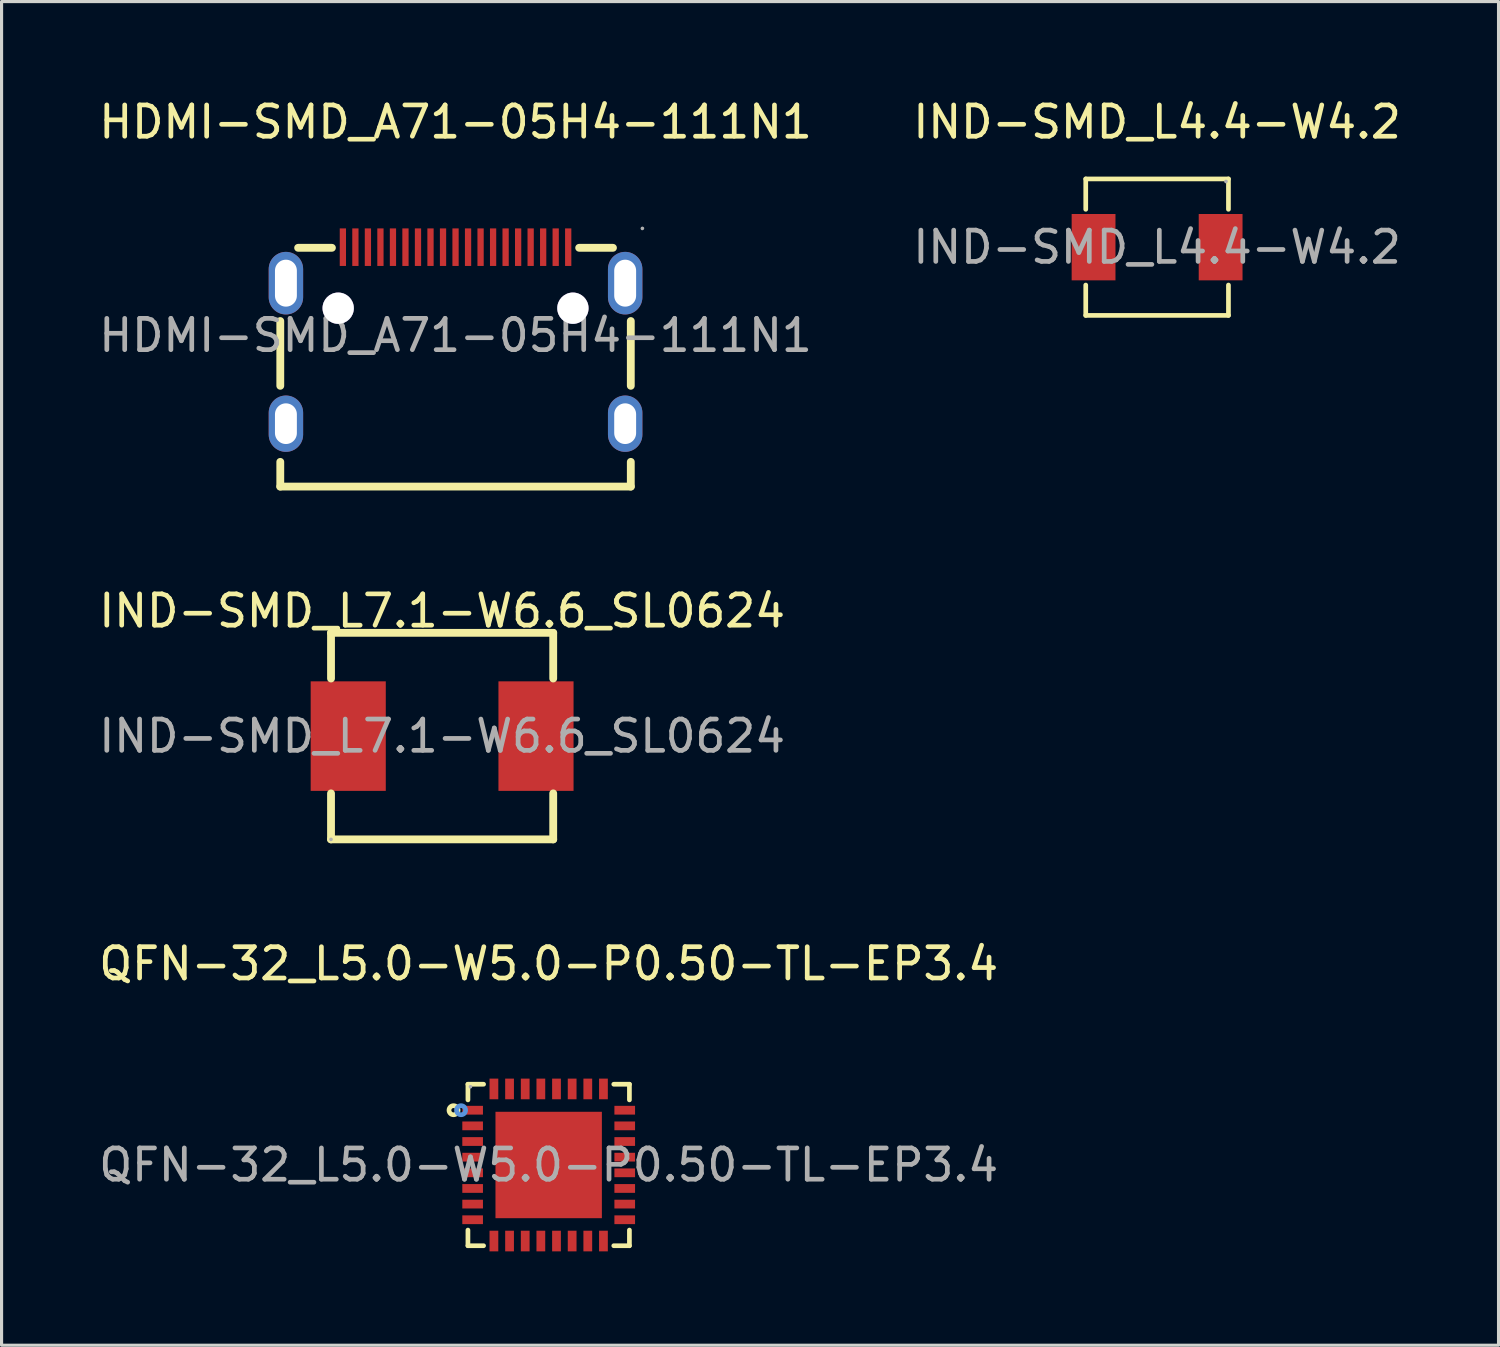
<source format=kicad_pcb>
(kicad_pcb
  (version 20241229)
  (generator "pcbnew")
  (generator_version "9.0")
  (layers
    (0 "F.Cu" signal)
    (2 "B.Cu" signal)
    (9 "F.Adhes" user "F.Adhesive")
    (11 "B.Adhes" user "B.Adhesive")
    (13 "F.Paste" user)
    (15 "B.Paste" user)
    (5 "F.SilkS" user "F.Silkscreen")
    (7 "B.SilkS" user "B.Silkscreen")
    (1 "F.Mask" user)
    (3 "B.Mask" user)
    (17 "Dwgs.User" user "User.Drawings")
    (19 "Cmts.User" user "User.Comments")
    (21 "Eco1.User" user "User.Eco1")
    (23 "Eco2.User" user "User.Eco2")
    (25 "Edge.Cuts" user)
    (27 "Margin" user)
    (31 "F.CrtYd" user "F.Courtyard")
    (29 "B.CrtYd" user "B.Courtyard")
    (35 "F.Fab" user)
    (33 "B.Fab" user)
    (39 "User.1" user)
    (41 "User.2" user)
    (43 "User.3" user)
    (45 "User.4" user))
  (footprint "QFN-32_L5.0-W5.0-P0.50-TL-EP3.4"
    (layer "F.Cu")
    (at 14.482 34.175)
    (property "Reference" "QFN-32_L5.0-W5.0-P0.50-TL-EP3.4" (at 0 -6.43 0) (layer "F.SilkS") (effects (font (size 1 1) (thickness 0.15))))
    (attr smd)
    (fp_line (start -2.58 -2.58) (end -2.58 -2.08) (stroke (width 0.15) (type solid)) (layer "F.SilkS"))
    (fp_line (start -2.58 2.58) (end -2.58 2.08) (stroke (width 0.15) (type solid)) (layer "F.SilkS"))
    (fp_line (start -2.08 -2.58) (end -2.58 -2.58) (stroke (width 0.15) (type solid)) (layer "F.SilkS"))
    (fp_line (start -2.08 2.58) (end -2.58 2.58) (stroke (width 0.15) (type solid)) (layer "F.SilkS"))
    (fp_line (start 2.08 -2.58) (end 2.58 -2.58) (stroke (width 0.15) (type solid)) (layer "F.SilkS"))
    (fp_line (start 2.08 2.58) (end 2.58 2.58) (stroke (width 0.15) (type solid)) (layer "F.SilkS"))
    (fp_line (start 2.58 -2.58) (end 2.58 -2.08) (stroke (width 0.15) (type solid)) (layer "F.SilkS"))
    (fp_line (start 2.58 2.58) (end 2.58 2.08) (stroke (width 0.15) (type solid)) (layer "F.SilkS"))
    (fp_circle (center -3.04 -1.75) (end -2.97 -1.75) (stroke (width 0.15) (type solid)) (fill no) (layer "F.SilkS"))
    (fp_circle (center -2.8 -1.75) (end -2.73 -1.75) (stroke (width 0.15) (type solid)) (fill no) (layer "Cmts.User"))
    (fp_circle (center -2.5 -2.5) (end -2.47 -2.5) (stroke (width 0.06) (type solid)) (fill no) (layer "F.Fab"))
    (fp_text user "${REFERENCE}" (at 0 0 0) (layer "F.Fab") (effects (font (size 1 1) (thickness 0.15))))
    (pad "1" smd rect (at -2.43 -1.75) (size 0.66 0.28) (layers "F.Cu" "F.Mask" "F.Paste"))
    (pad "2" smd rect (at -2.43 -1.25) (size 0.66 0.28) (layers "F.Cu" "F.Mask" "F.Paste"))
    (pad "3" smd rect (at -2.43 -0.75) (size 0.66 0.28) (layers "F.Cu" "F.Mask" "F.Paste"))
    (pad "4" smd rect (at -2.43 -0.25) (size 0.66 0.28) (layers "F.Cu" "F.Mask" "F.Paste"))
    (pad "5" smd rect (at -2.43 0.25) (size 0.66 0.28) (layers "F.Cu" "F.Mask" "F.Paste"))
    (pad "6" smd rect (at -2.43 0.75) (size 0.66 0.28) (layers "F.Cu" "F.Mask" "F.Paste"))
    (pad "7" smd rect (at -2.43 1.25) (size 0.66 0.28) (layers "F.Cu" "F.Mask" "F.Paste"))
    (pad "8" smd rect (at -2.43 1.75) (size 0.66 0.28) (layers "F.Cu" "F.Mask" "F.Paste"))
    (pad "9" smd rect (at -1.75 2.43) (size 0.28 0.66) (layers "F.Cu" "F.Mask" "F.Paste"))
    (pad "10" smd rect (at -1.25 2.43) (size 0.28 0.66) (layers "F.Cu" "F.Mask" "F.Paste"))
    (pad "11" smd rect (at -0.75 2.43) (size 0.28 0.66) (layers "F.Cu" "F.Mask" "F.Paste"))
    (pad "12" smd rect (at -0.25 2.43) (size 0.28 0.66) (layers "F.Cu" "F.Mask" "F.Paste"))
    (pad "13" smd rect (at 0.25 2.43) (size 0.28 0.66) (layers "F.Cu" "F.Mask" "F.Paste"))
    (pad "14" smd rect (at 0.75 2.43) (size 0.28 0.66) (layers "F.Cu" "F.Mask" "F.Paste"))
    (pad "15" smd rect (at 1.25 2.43) (size 0.28 0.66) (layers "F.Cu" "F.Mask" "F.Paste"))
    (pad "16" smd rect (at 1.75 2.43) (size 0.28 0.66) (layers "F.Cu" "F.Mask" "F.Paste"))
    (pad "17" smd rect (at 2.43 1.75) (size 0.66 0.28) (layers "F.Cu" "F.Mask" "F.Paste"))
    (pad "18" smd rect (at 2.43 1.25) (size 0.66 0.28) (layers "F.Cu" "F.Mask" "F.Paste"))
    (pad "19" smd rect (at 2.43 0.75) (size 0.66 0.28) (layers "F.Cu" "F.Mask" "F.Paste"))
    (pad "20" smd rect (at 2.43 0.25) (size 0.66 0.28) (layers "F.Cu" "F.Mask" "F.Paste"))
    (pad "21" smd rect (at 2.43 -0.25) (size 0.66 0.28) (layers "F.Cu" "F.Mask" "F.Paste"))
    (pad "22" smd rect (at 2.43 -0.75) (size 0.66 0.28) (layers "F.Cu" "F.Mask" "F.Paste"))
    (pad "23" smd rect (at 2.43 -1.25) (size 0.66 0.28) (layers "F.Cu" "F.Mask" "F.Paste"))
    (pad "24" smd rect (at 2.43 -1.75) (size 0.66 0.28) (layers "F.Cu" "F.Mask" "F.Paste"))
    (pad "25" smd rect (at 1.75 -2.43) (size 0.28 0.66) (layers "F.Cu" "F.Mask" "F.Paste"))
    (pad "26" smd rect (at 1.25 -2.43) (size 0.28 0.66) (layers "F.Cu" "F.Mask" "F.Paste"))
    (pad "27" smd rect (at 0.75 -2.43) (size 0.28 0.66) (layers "F.Cu" "F.Mask" "F.Paste"))
    (pad "28" smd rect (at 0.25 -2.43) (size 0.28 0.66) (layers "F.Cu" "F.Mask" "F.Paste"))
    (pad "29" smd rect (at -0.25 -2.43) (size 0.28 0.66) (layers "F.Cu" "F.Mask" "F.Paste"))
    (pad "30" smd rect (at -0.75 -2.43) (size 0.28 0.66) (layers "F.Cu" "F.Mask" "F.Paste"))
    (pad "31" smd rect (at -1.25 -2.43) (size 0.28 0.66) (layers "F.Cu" "F.Mask" "F.Paste"))
    (pad "32" smd rect (at -1.75 -2.43) (size 0.28 0.66) (layers "F.Cu" "F.Mask" "F.Paste"))
    (pad "33" smd rect (at 0 0) (size 3.4 3.4) (layers "F.Cu" "F.Mask" "F.Paste")))
  (footprint "IND-SMD_L7.1-W6.6_SL0624"
    (layer "F.Cu")
    (at 11.077 20.471)
    (property "Reference" "IND-SMD_L7.1-W6.6_SL0624" (at 0 -4 0) (layer "F.SilkS") (effects (font (size 1 1) (thickness 0.15))))
    (attr through_hole)
    (fp_line (start -3.55 -3.3) (end 3.55 -3.3) (stroke (width 0.25) (type solid)) (layer "F.SilkS"))
    (fp_line (start -3.55 -1.84) (end -3.55 -3.3) (stroke (width 0.25) (type solid)) (layer "F.SilkS"))
    (fp_line (start -3.55 3.3) (end -3.55 1.83) (stroke (width 0.25) (type solid)) (layer "F.SilkS"))
    (fp_line (start -3.55 3.3) (end 3.55 3.3) (stroke (width 0.25) (type solid)) (layer "F.SilkS"))
    (fp_line (start 3.55 -1.84) (end 3.55 -3.3) (stroke (width 0.25) (type solid)) (layer "F.SilkS"))
    (fp_line (start 3.55 3.3) (end 3.55 1.83) (stroke (width 0.25) (type solid)) (layer "F.SilkS"))
    (fp_circle (center -3.55 3.3) (end -3.52 3.3) (stroke (width 0.06) (type solid)) (fill no) (layer "F.Fab"))
    (fp_text user "${REFERENCE}" (at 0 0 0) (layer "F.Fab") (effects (font (size 1 1) (thickness 0.15))))
    (pad "1" smd rect (at -3 0) (size 2.4 3.5) (layers "F.Cu" "F.Mask" "F.Paste"))
    (pad "2" smd rect (at 3 0) (size 2.4 3.5) (layers "F.Cu" "F.Mask" "F.Paste")))
  (footprint "HDMI-SMD_A71-05H4-111N1"
    (layer "F.Cu")
    (at 11.506 7.668)
    (property "Reference" "HDMI-SMD_A71-05H4-111N1" (at 0 -6.82 0) (layer "F.SilkS") (effects (font (size 1 1) (thickness 0.15))))
    (attr smd)
    (fp_line (start -5.6 1.61) (end -5.6 -0.46) (stroke (width 0.25) (type solid)) (layer "F.SilkS"))
    (fp_line (start -5.6 4.83) (end -5.6 4.04) (stroke (width 0.25) (type solid)) (layer "F.SilkS"))
    (fp_line (start -5.03 -2.8) (end -3.95 -2.8) (stroke (width 0.25) (type solid)) (layer "F.SilkS"))
    (fp_line (start 3.95 -2.8) (end 5.03 -2.8) (stroke (width 0.25) (type solid)) (layer "F.SilkS"))
    (fp_line (start 5.6 1.61) (end 5.6 -0.46) (stroke (width 0.25) (type solid)) (layer "F.SilkS"))
    (fp_line (start 5.6 4.83) (end -5.6 4.83) (stroke (width 0.25) (type solid)) (layer "F.SilkS"))
    (fp_line (start 5.6 4.83) (end 5.6 4.04) (stroke (width 0.25) (type solid)) (layer "F.SilkS"))
    (fp_circle (center 5.97 -3.42) (end 6 -3.42) (stroke (width 0.06) (type solid)) (fill no) (layer "F.Fab"))
    (fp_text user "${REFERENCE}" (at 0 0 0) (layer "F.Fab") (effects (font (size 1 1) (thickness 0.15))))
    (pad "" thru_hole circle (at -3.75 -0.87) (size 1 1) (drill 1) (layers "*.Cu" "*.Mask"))
    (pad "" thru_hole circle (at 3.75 -0.87) (size 1 1) (drill 1) (layers "*.Cu" "*.Mask"))
    (pad "1" smd rect (at 3.6 -2.82) (size 0.2 1.2) (layers "F.Cu" "F.Mask" "F.Paste"))
    (pad "2" smd rect (at 3.2 -2.82) (size 0.2 1.2) (layers "F.Cu" "F.Mask" "F.Paste"))
    (pad "3" smd rect (at 2.8 -2.82) (size 0.2 1.2) (layers "F.Cu" "F.Mask" "F.Paste"))
    (pad "4" smd rect (at 2.4 -2.82) (size 0.2 1.2) (layers "F.Cu" "F.Mask" "F.Paste"))
    (pad "5" smd rect (at 2 -2.82) (size 0.2 1.2) (layers "F.Cu" "F.Mask" "F.Paste"))
    (pad "6" smd rect (at 1.6 -2.82) (size 0.2 1.2) (layers "F.Cu" "F.Mask" "F.Paste"))
    (pad "7" smd rect (at 1.2 -2.82) (size 0.2 1.2) (layers "F.Cu" "F.Mask" "F.Paste"))
    (pad "8" smd rect (at 0.8 -2.82) (size 0.2 1.2) (layers "F.Cu" "F.Mask" "F.Paste"))
    (pad "9" smd rect (at 0.4 -2.82) (size 0.2 1.2) (layers "F.Cu" "F.Mask" "F.Paste"))
    (pad "10" smd rect (at 0 -2.82) (size 0.2 1.2) (layers "F.Cu" "F.Mask" "F.Paste"))
    (pad "11" smd rect (at -0.4 -2.82) (size 0.2 1.2) (layers "F.Cu" "F.Mask" "F.Paste"))
    (pad "12" smd rect (at -0.8 -2.82) (size 0.2 1.2) (layers "F.Cu" "F.Mask" "F.Paste"))
    (pad "13" smd rect (at -1.2 -2.82) (size 0.2 1.2) (layers "F.Cu" "F.Mask" "F.Paste"))
    (pad "14" smd rect (at -1.6 -2.82) (size 0.2 1.2) (layers "F.Cu" "F.Mask" "F.Paste"))
    (pad "15" smd rect (at -2 -2.82) (size 0.2 1.2) (layers "F.Cu" "F.Mask" "F.Paste"))
    (pad "16" smd rect (at -2.4 -2.82) (size 0.2 1.2) (layers "F.Cu" "F.Mask" "F.Paste"))
    (pad "17" smd rect (at -2.8 -2.82) (size 0.2 1.2) (layers "F.Cu" "F.Mask" "F.Paste"))
    (pad "18" smd rect (at -3.2 -2.82) (size 0.2 1.2) (layers "F.Cu" "F.Mask" "F.Paste"))
    (pad "19" smd rect (at -3.6 -2.82) (size 0.2 1.2) (layers "F.Cu" "F.Mask" "F.Paste"))
    (pad "20" thru_hole oval (at -5.42 -1.67) (size 1.1 2) (drill oval 0.7 1.5) (layers "*.Cu" "*.Mask"))
    (pad "21" thru_hole oval (at 5.42 -1.67) (size 1.1 2) (drill oval 0.7 1.5) (layers "*.Cu" "*.Mask"))
    (pad "22" thru_hole oval (at -5.42 2.82) (size 1.1 1.8) (drill oval 0.7 1.3) (layers "*.Cu" "*.Mask"))
    (pad "23" thru_hole oval (at 5.42 2.82) (size 1.1 1.8) (drill oval 0.7 1.3) (layers "*.Cu" "*.Mask")))
  (footprint "IND-SMD_L4.4-W4.2"
    (layer "F.Cu")
    (at 33.923 4.848)
    (property "Reference" "IND-SMD_L4.4-W4.2" (at 0 -4 0) (layer "F.SilkS") (effects (font (size 1 1) (thickness 0.15))))
    (attr smd)
    (fp_line (start -2.28 -2.18) (end 2.28 -2.18) (stroke (width 0.15) (type solid)) (layer "F.SilkS"))
    (fp_line (start -2.28 -1.21) (end -2.28 -2.18) (stroke (width 0.15) (type solid)) (layer "F.SilkS"))
    (fp_line (start -2.28 1.21) (end -2.28 2.18) (stroke (width 0.15) (type solid)) (layer "F.SilkS"))
    (fp_line (start -2.28 2.18) (end 2.28 2.18) (stroke (width 0.15) (type solid)) (layer "F.SilkS"))
    (fp_line (start 2.28 -2.18) (end 2.28 -1.21) (stroke (width 0.15) (type solid)) (layer "F.SilkS"))
    (fp_line (start 2.28 2.18) (end 2.28 1.21) (stroke (width 0.15) (type solid)) (layer "F.SilkS"))
    (fp_circle (center 2.2 -2.1) (end 2.23 -2.1) (stroke (width 0.06) (type solid)) (fill no) (layer "F.Fab"))
    (fp_text user "${REFERENCE}" (at 0 0 0) (layer "F.Fab") (effects (font (size 1 1) (thickness 0.15))))
    (pad "1" smd rect (at 2.03 0) (size 1.4 2.12) (layers "F.Cu" "F.Mask" "F.Paste"))
    (pad "2" smd rect (at -2.03 0) (size 1.4 2.12) (layers "F.Cu" "F.Mask" "F.Paste")))
  (gr_rect
    (start -3 -3)
    (end 44.833 39.935)
    (stroke (width 0.1) (type default))
    (fill no)
    (layer "Edge.Cuts")))
</source>
